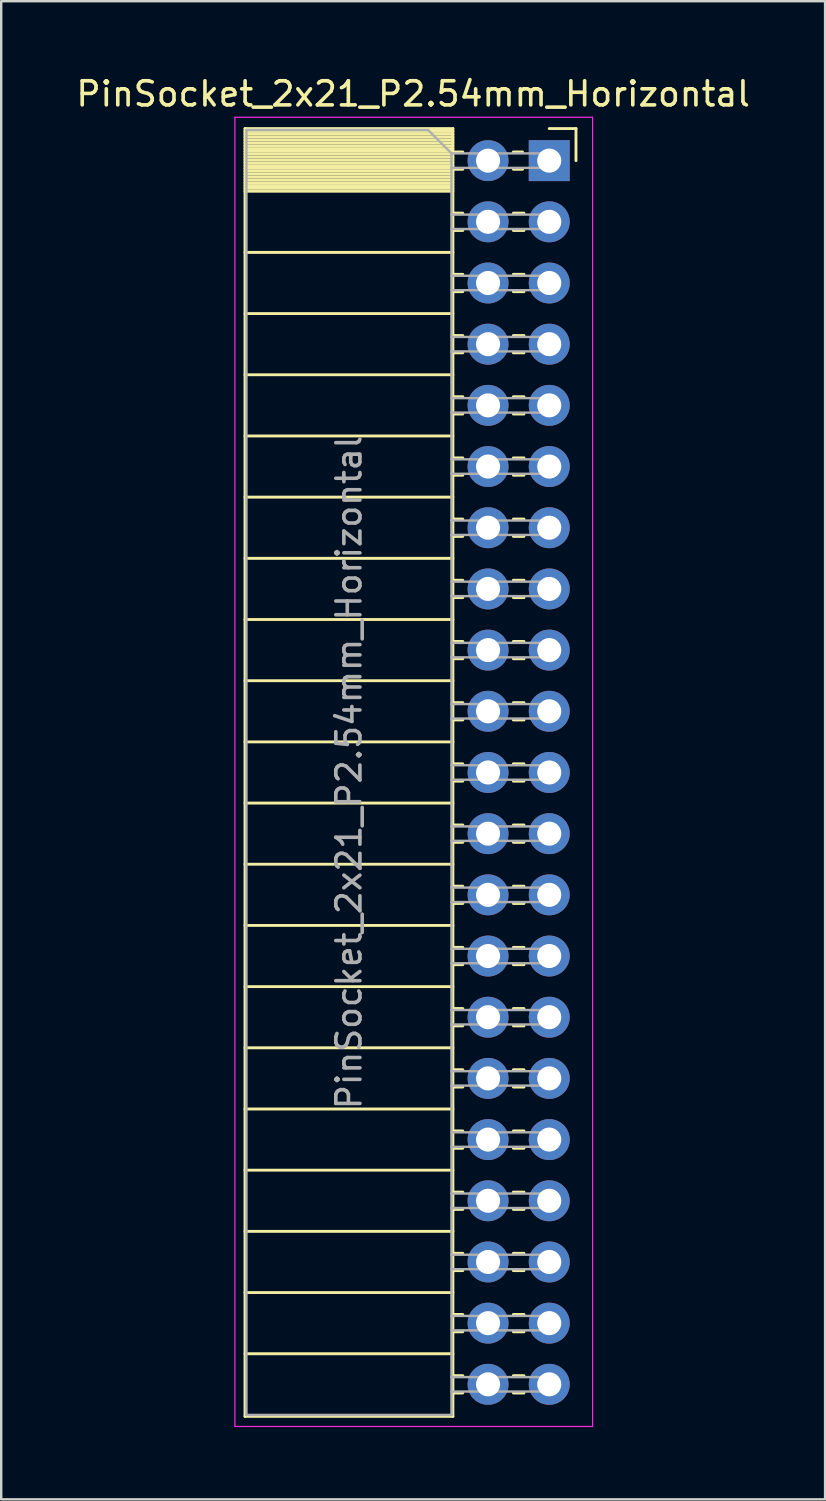
<source format=kicad_pcb>
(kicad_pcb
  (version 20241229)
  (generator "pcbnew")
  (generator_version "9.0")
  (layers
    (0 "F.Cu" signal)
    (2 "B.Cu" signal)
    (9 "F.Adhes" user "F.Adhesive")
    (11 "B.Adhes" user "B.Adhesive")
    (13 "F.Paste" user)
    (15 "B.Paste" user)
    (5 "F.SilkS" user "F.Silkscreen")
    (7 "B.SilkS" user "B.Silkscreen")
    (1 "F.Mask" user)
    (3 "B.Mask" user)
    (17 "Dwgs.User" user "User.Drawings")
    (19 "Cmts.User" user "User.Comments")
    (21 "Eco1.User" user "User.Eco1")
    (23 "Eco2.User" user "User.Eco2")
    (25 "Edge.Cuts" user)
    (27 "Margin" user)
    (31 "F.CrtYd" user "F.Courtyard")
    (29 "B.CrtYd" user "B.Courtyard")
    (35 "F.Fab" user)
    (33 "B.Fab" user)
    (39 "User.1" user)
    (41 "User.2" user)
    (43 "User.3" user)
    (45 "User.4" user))
  (footprint "PinSocket_2x21_P2.54mm_Horizontal"
    (layer "F.Cu")
    (at 19.751 3.618)
    (property "Reference" "PinSocket_2x21_P2.54mm_Horizontal" (at -5.65 -2.77 0) (layer "F.SilkS") (effects (font (size 1 1) (thickness 0.15))))
    (attr through_hole)
    (fp_line (start -12.63 -1.33) (end -12.63 52.13) (stroke (width 0.12) (type solid)) (layer "F.SilkS"))
    (fp_line (start -12.63 -1.33) (end -4 -1.33) (stroke (width 0.12) (type solid)) (layer "F.SilkS"))
    (fp_line (start -12.63 -1.21) (end -4 -1.21) (stroke (width 0.12) (type solid)) (layer "F.SilkS"))
    (fp_line (start -12.63 -1.092) (end -4 -1.092) (stroke (width 0.12) (type solid)) (layer "F.SilkS"))
    (fp_line (start -12.63 -0.974) (end -4 -0.974) (stroke (width 0.12) (type solid)) (layer "F.SilkS"))
    (fp_line (start -12.63 -0.856) (end -4 -0.856) (stroke (width 0.12) (type solid)) (layer "F.SilkS"))
    (fp_line (start -12.63 -0.738) (end -4 -0.738) (stroke (width 0.12) (type solid)) (layer "F.SilkS"))
    (fp_line (start -12.63 -0.62) (end -4 -0.62) (stroke (width 0.12) (type solid)) (layer "F.SilkS"))
    (fp_line (start -12.63 -0.501) (end -4 -0.501) (stroke (width 0.12) (type solid)) (layer "F.SilkS"))
    (fp_line (start -12.63 -0.383) (end -4 -0.383) (stroke (width 0.12) (type solid)) (layer "F.SilkS"))
    (fp_line (start -12.63 -0.265) (end -4 -0.265) (stroke (width 0.12) (type solid)) (layer "F.SilkS"))
    (fp_line (start -12.63 -0.147) (end -4 -0.147) (stroke (width 0.12) (type solid)) (layer "F.SilkS"))
    (fp_line (start -12.63 -0.029) (end -4 -0.029) (stroke (width 0.12) (type solid)) (layer "F.SilkS"))
    (fp_line (start -12.63 0.089) (end -4 0.089) (stroke (width 0.12) (type solid)) (layer "F.SilkS"))
    (fp_line (start -12.63 0.207) (end -4 0.207) (stroke (width 0.12) (type solid)) (layer "F.SilkS"))
    (fp_line (start -12.63 0.325) (end -4 0.325) (stroke (width 0.12) (type solid)) (layer "F.SilkS"))
    (fp_line (start -12.63 0.443) (end -4 0.443) (stroke (width 0.12) (type solid)) (layer "F.SilkS"))
    (fp_line (start -12.63 0.561) (end -4 0.561) (stroke (width 0.12) (type solid)) (layer "F.SilkS"))
    (fp_line (start -12.63 0.68) (end -4 0.68) (stroke (width 0.12) (type solid)) (layer "F.SilkS"))
    (fp_line (start -12.63 0.798) (end -4 0.798) (stroke (width 0.12) (type solid)) (layer "F.SilkS"))
    (fp_line (start -12.63 0.916) (end -4 0.916) (stroke (width 0.12) (type solid)) (layer "F.SilkS"))
    (fp_line (start -12.63 1.034) (end -4 1.034) (stroke (width 0.12) (type solid)) (layer "F.SilkS"))
    (fp_line (start -12.63 1.152) (end -4 1.152) (stroke (width 0.12) (type solid)) (layer "F.SilkS"))
    (fp_line (start -12.63 1.27) (end -4 1.27) (stroke (width 0.12) (type solid)) (layer "F.SilkS"))
    (fp_line (start -12.63 3.81) (end -4 3.81) (stroke (width 0.12) (type solid)) (layer "F.SilkS"))
    (fp_line (start -12.63 6.35) (end -4 6.35) (stroke (width 0.12) (type solid)) (layer "F.SilkS"))
    (fp_line (start -12.63 8.89) (end -4 8.89) (stroke (width 0.12) (type solid)) (layer "F.SilkS"))
    (fp_line (start -12.63 11.43) (end -4 11.43) (stroke (width 0.12) (type solid)) (layer "F.SilkS"))
    (fp_line (start -12.63 13.97) (end -4 13.97) (stroke (width 0.12) (type solid)) (layer "F.SilkS"))
    (fp_line (start -12.63 16.51) (end -4 16.51) (stroke (width 0.12) (type solid)) (layer "F.SilkS"))
    (fp_line (start -12.63 19.05) (end -4 19.05) (stroke (width 0.12) (type solid)) (layer "F.SilkS"))
    (fp_line (start -12.63 21.59) (end -4 21.59) (stroke (width 0.12) (type solid)) (layer "F.SilkS"))
    (fp_line (start -12.63 24.13) (end -4 24.13) (stroke (width 0.12) (type solid)) (layer "F.SilkS"))
    (fp_line (start -12.63 26.67) (end -4 26.67) (stroke (width 0.12) (type solid)) (layer "F.SilkS"))
    (fp_line (start -12.63 29.21) (end -4 29.21) (stroke (width 0.12) (type solid)) (layer "F.SilkS"))
    (fp_line (start -12.63 31.75) (end -4 31.75) (stroke (width 0.12) (type solid)) (layer "F.SilkS"))
    (fp_line (start -12.63 34.29) (end -4 34.29) (stroke (width 0.12) (type solid)) (layer "F.SilkS"))
    (fp_line (start -12.63 36.83) (end -4 36.83) (stroke (width 0.12) (type solid)) (layer "F.SilkS"))
    (fp_line (start -12.63 39.37) (end -4 39.37) (stroke (width 0.12) (type solid)) (layer "F.SilkS"))
    (fp_line (start -12.63 41.91) (end -4 41.91) (stroke (width 0.12) (type solid)) (layer "F.SilkS"))
    (fp_line (start -12.63 44.45) (end -4 44.45) (stroke (width 0.12) (type solid)) (layer "F.SilkS"))
    (fp_line (start -12.63 46.99) (end -4 46.99) (stroke (width 0.12) (type solid)) (layer "F.SilkS"))
    (fp_line (start -12.63 49.53) (end -4 49.53) (stroke (width 0.12) (type solid)) (layer "F.SilkS"))
    (fp_line (start -12.63 52.13) (end -4 52.13) (stroke (width 0.12) (type solid)) (layer "F.SilkS"))
    (fp_line (start -4 -1.33) (end -4 52.13) (stroke (width 0.12) (type solid)) (layer "F.SilkS"))
    (fp_line (start -4 -0.36) (end -3.59 -0.36) (stroke (width 0.12) (type solid)) (layer "F.SilkS"))
    (fp_line (start -4 0.36) (end -3.59 0.36) (stroke (width 0.12) (type solid)) (layer "F.SilkS"))
    (fp_line (start -4 2.18) (end -3.59 2.18) (stroke (width 0.12) (type solid)) (layer "F.SilkS"))
    (fp_line (start -4 2.9) (end -3.59 2.9) (stroke (width 0.12) (type solid)) (layer "F.SilkS"))
    (fp_line (start -4 4.72) (end -3.59 4.72) (stroke (width 0.12) (type solid)) (layer "F.SilkS"))
    (fp_line (start -4 5.44) (end -3.59 5.44) (stroke (width 0.12) (type solid)) (layer "F.SilkS"))
    (fp_line (start -4 7.26) (end -3.59 7.26) (stroke (width 0.12) (type solid)) (layer "F.SilkS"))
    (fp_line (start -4 7.98) (end -3.59 7.98) (stroke (width 0.12) (type solid)) (layer "F.SilkS"))
    (fp_line (start -4 9.8) (end -3.59 9.8) (stroke (width 0.12) (type solid)) (layer "F.SilkS"))
    (fp_line (start -4 10.52) (end -3.59 10.52) (stroke (width 0.12) (type solid)) (layer "F.SilkS"))
    (fp_line (start -4 12.34) (end -3.59 12.34) (stroke (width 0.12) (type solid)) (layer "F.SilkS"))
    (fp_line (start -4 13.06) (end -3.59 13.06) (stroke (width 0.12) (type solid)) (layer "F.SilkS"))
    (fp_line (start -4 14.88) (end -3.59 14.88) (stroke (width 0.12) (type solid)) (layer "F.SilkS"))
    (fp_line (start -4 15.6) (end -3.59 15.6) (stroke (width 0.12) (type solid)) (layer "F.SilkS"))
    (fp_line (start -4 17.42) (end -3.59 17.42) (stroke (width 0.12) (type solid)) (layer "F.SilkS"))
    (fp_line (start -4 18.14) (end -3.59 18.14) (stroke (width 0.12) (type solid)) (layer "F.SilkS"))
    (fp_line (start -4 19.96) (end -3.59 19.96) (stroke (width 0.12) (type solid)) (layer "F.SilkS"))
    (fp_line (start -4 20.68) (end -3.59 20.68) (stroke (width 0.12) (type solid)) (layer "F.SilkS"))
    (fp_line (start -4 22.5) (end -3.59 22.5) (stroke (width 0.12) (type solid)) (layer "F.SilkS"))
    (fp_line (start -4 23.22) (end -3.59 23.22) (stroke (width 0.12) (type solid)) (layer "F.SilkS"))
    (fp_line (start -4 25.04) (end -3.59 25.04) (stroke (width 0.12) (type solid)) (layer "F.SilkS"))
    (fp_line (start -4 25.76) (end -3.59 25.76) (stroke (width 0.12) (type solid)) (layer "F.SilkS"))
    (fp_line (start -4 27.58) (end -3.59 27.58) (stroke (width 0.12) (type solid)) (layer "F.SilkS"))
    (fp_line (start -4 28.3) (end -3.59 28.3) (stroke (width 0.12) (type solid)) (layer "F.SilkS"))
    (fp_line (start -4 30.12) (end -3.59 30.12) (stroke (width 0.12) (type solid)) (layer "F.SilkS"))
    (fp_line (start -4 30.84) (end -3.59 30.84) (stroke (width 0.12) (type solid)) (layer "F.SilkS"))
    (fp_line (start -4 32.66) (end -3.59 32.66) (stroke (width 0.12) (type solid)) (layer "F.SilkS"))
    (fp_line (start -4 33.38) (end -3.59 33.38) (stroke (width 0.12) (type solid)) (layer "F.SilkS"))
    (fp_line (start -4 35.2) (end -3.59 35.2) (stroke (width 0.12) (type solid)) (layer "F.SilkS"))
    (fp_line (start -4 35.92) (end -3.59 35.92) (stroke (width 0.12) (type solid)) (layer "F.SilkS"))
    (fp_line (start -4 37.74) (end -3.59 37.74) (stroke (width 0.12) (type solid)) (layer "F.SilkS"))
    (fp_line (start -4 38.46) (end -3.59 38.46) (stroke (width 0.12) (type solid)) (layer "F.SilkS"))
    (fp_line (start -4 40.28) (end -3.59 40.28) (stroke (width 0.12) (type solid)) (layer "F.SilkS"))
    (fp_line (start -4 41) (end -3.59 41) (stroke (width 0.12) (type solid)) (layer "F.SilkS"))
    (fp_line (start -4 42.82) (end -3.59 42.82) (stroke (width 0.12) (type solid)) (layer "F.SilkS"))
    (fp_line (start -4 43.54) (end -3.59 43.54) (stroke (width 0.12) (type solid)) (layer "F.SilkS"))
    (fp_line (start -4 45.36) (end -3.59 45.36) (stroke (width 0.12) (type solid)) (layer "F.SilkS"))
    (fp_line (start -4 46.08) (end -3.59 46.08) (stroke (width 0.12) (type solid)) (layer "F.SilkS"))
    (fp_line (start -4 47.9) (end -3.59 47.9) (stroke (width 0.12) (type solid)) (layer "F.SilkS"))
    (fp_line (start -4 48.62) (end -3.59 48.62) (stroke (width 0.12) (type solid)) (layer "F.SilkS"))
    (fp_line (start -4 50.44) (end -3.59 50.44) (stroke (width 0.12) (type solid)) (layer "F.SilkS"))
    (fp_line (start -4 51.16) (end -3.59 51.16) (stroke (width 0.12) (type solid)) (layer "F.SilkS"))
    (fp_line (start -1.49 -0.36) (end -1.11 -0.36) (stroke (width 0.12) (type solid)) (layer "F.SilkS"))
    (fp_line (start -1.49 0.36) (end -1.11 0.36) (stroke (width 0.12) (type solid)) (layer "F.SilkS"))
    (fp_line (start -1.49 2.18) (end -1.05 2.18) (stroke (width 0.12) (type solid)) (layer "F.SilkS"))
    (fp_line (start -1.49 2.9) (end -1.05 2.9) (stroke (width 0.12) (type solid)) (layer "F.SilkS"))
    (fp_line (start -1.49 4.72) (end -1.05 4.72) (stroke (width 0.12) (type solid)) (layer "F.SilkS"))
    (fp_line (start -1.49 5.44) (end -1.05 5.44) (stroke (width 0.12) (type solid)) (layer "F.SilkS"))
    (fp_line (start -1.49 7.26) (end -1.05 7.26) (stroke (width 0.12) (type solid)) (layer "F.SilkS"))
    (fp_line (start -1.49 7.98) (end -1.05 7.98) (stroke (width 0.12) (type solid)) (layer "F.SilkS"))
    (fp_line (start -1.49 9.8) (end -1.05 9.8) (stroke (width 0.12) (type solid)) (layer "F.SilkS"))
    (fp_line (start -1.49 10.52) (end -1.05 10.52) (stroke (width 0.12) (type solid)) (layer "F.SilkS"))
    (fp_line (start -1.49 12.34) (end -1.05 12.34) (stroke (width 0.12) (type solid)) (layer "F.SilkS"))
    (fp_line (start -1.49 13.06) (end -1.05 13.06) (stroke (width 0.12) (type solid)) (layer "F.SilkS"))
    (fp_line (start -1.49 14.88) (end -1.05 14.88) (stroke (width 0.12) (type solid)) (layer "F.SilkS"))
    (fp_line (start -1.49 15.6) (end -1.05 15.6) (stroke (width 0.12) (type solid)) (layer "F.SilkS"))
    (fp_line (start -1.49 17.42) (end -1.05 17.42) (stroke (width 0.12) (type solid)) (layer "F.SilkS"))
    (fp_line (start -1.49 18.14) (end -1.05 18.14) (stroke (width 0.12) (type solid)) (layer "F.SilkS"))
    (fp_line (start -1.49 19.96) (end -1.05 19.96) (stroke (width 0.12) (type solid)) (layer "F.SilkS"))
    (fp_line (start -1.49 20.68) (end -1.05 20.68) (stroke (width 0.12) (type solid)) (layer "F.SilkS"))
    (fp_line (start -1.49 22.5) (end -1.05 22.5) (stroke (width 0.12) (type solid)) (layer "F.SilkS"))
    (fp_line (start -1.49 23.22) (end -1.05 23.22) (stroke (width 0.12) (type solid)) (layer "F.SilkS"))
    (fp_line (start -1.49 25.04) (end -1.05 25.04) (stroke (width 0.12) (type solid)) (layer "F.SilkS"))
    (fp_line (start -1.49 25.76) (end -1.05 25.76) (stroke (width 0.12) (type solid)) (layer "F.SilkS"))
    (fp_line (start -1.49 27.58) (end -1.05 27.58) (stroke (width 0.12) (type solid)) (layer "F.SilkS"))
    (fp_line (start -1.49 28.3) (end -1.05 28.3) (stroke (width 0.12) (type solid)) (layer "F.SilkS"))
    (fp_line (start -1.49 30.12) (end -1.05 30.12) (stroke (width 0.12) (type solid)) (layer "F.SilkS"))
    (fp_line (start -1.49 30.84) (end -1.05 30.84) (stroke (width 0.12) (type solid)) (layer "F.SilkS"))
    (fp_line (start -1.49 32.66) (end -1.05 32.66) (stroke (width 0.12) (type solid)) (layer "F.SilkS"))
    (fp_line (start -1.49 33.38) (end -1.05 33.38) (stroke (width 0.12) (type solid)) (layer "F.SilkS"))
    (fp_line (start -1.49 35.2) (end -1.05 35.2) (stroke (width 0.12) (type solid)) (layer "F.SilkS"))
    (fp_line (start -1.49 35.92) (end -1.05 35.92) (stroke (width 0.12) (type solid)) (layer "F.SilkS"))
    (fp_line (start -1.49 37.74) (end -1.05 37.74) (stroke (width 0.12) (type solid)) (layer "F.SilkS"))
    (fp_line (start -1.49 38.46) (end -1.05 38.46) (stroke (width 0.12) (type solid)) (layer "F.SilkS"))
    (fp_line (start -1.49 40.28) (end -1.05 40.28) (stroke (width 0.12) (type solid)) (layer "F.SilkS"))
    (fp_line (start -1.49 41) (end -1.05 41) (stroke (width 0.12) (type solid)) (layer "F.SilkS"))
    (fp_line (start -1.49 42.82) (end -1.05 42.82) (stroke (width 0.12) (type solid)) (layer "F.SilkS"))
    (fp_line (start -1.49 43.54) (end -1.05 43.54) (stroke (width 0.12) (type solid)) (layer "F.SilkS"))
    (fp_line (start -1.49 45.36) (end -1.05 45.36) (stroke (width 0.12) (type solid)) (layer "F.SilkS"))
    (fp_line (start -1.49 46.08) (end -1.05 46.08) (stroke (width 0.12) (type solid)) (layer "F.SilkS"))
    (fp_line (start -1.49 47.9) (end -1.05 47.9) (stroke (width 0.12) (type solid)) (layer "F.SilkS"))
    (fp_line (start -1.49 48.62) (end -1.05 48.62) (stroke (width 0.12) (type solid)) (layer "F.SilkS"))
    (fp_line (start -1.49 50.44) (end -1.05 50.44) (stroke (width 0.12) (type solid)) (layer "F.SilkS"))
    (fp_line (start -1.49 51.16) (end -1.05 51.16) (stroke (width 0.12) (type solid)) (layer "F.SilkS"))
    (fp_line (start 0 -1.33) (end 1.11 -1.33) (stroke (width 0.12) (type solid)) (layer "F.SilkS"))
    (fp_line (start 1.11 -1.33) (end 1.11 0) (stroke (width 0.12) (type solid)) (layer "F.SilkS"))
    (fp_line (start -13.05 -1.8) (end -13.05 52.55) (stroke (width 0.05) (type solid)) (layer "F.CrtYd"))
    (fp_line (start -13.05 52.55) (end 1.8 52.55) (stroke (width 0.05) (type solid)) (layer "F.CrtYd"))
    (fp_line (start 1.8 -1.8) (end -13.05 -1.8) (stroke (width 0.05) (type solid)) (layer "F.CrtYd"))
    (fp_line (start 1.8 52.55) (end 1.8 -1.8) (stroke (width 0.05) (type solid)) (layer "F.CrtYd"))
    (fp_line (start -12.57 -1.27) (end -5.03 -1.27) (stroke (width 0.1) (type solid)) (layer "F.Fab"))
    (fp_line (start -12.57 52.07) (end -12.57 -1.27) (stroke (width 0.1) (type solid)) (layer "F.Fab"))
    (fp_line (start -5.03 -1.27) (end -4.06 -0.3) (stroke (width 0.1) (type solid)) (layer "F.Fab"))
    (fp_line (start -4.06 -0.3) (end -4.06 52.07) (stroke (width 0.1) (type solid)) (layer "F.Fab"))
    (fp_line (start -4.06 0.3) (end 0 0.3) (stroke (width 0.1) (type solid)) (layer "F.Fab"))
    (fp_line (start -4.06 2.84) (end 0 2.84) (stroke (width 0.1) (type solid)) (layer "F.Fab"))
    (fp_line (start -4.06 5.38) (end 0 5.38) (stroke (width 0.1) (type solid)) (layer "F.Fab"))
    (fp_line (start -4.06 7.92) (end 0 7.92) (stroke (width 0.1) (type solid)) (layer "F.Fab"))
    (fp_line (start -4.06 10.46) (end 0 10.46) (stroke (width 0.1) (type solid)) (layer "F.Fab"))
    (fp_line (start -4.06 13) (end 0 13) (stroke (width 0.1) (type solid)) (layer "F.Fab"))
    (fp_line (start -4.06 15.54) (end 0 15.54) (stroke (width 0.1) (type solid)) (layer "F.Fab"))
    (fp_line (start -4.06 18.08) (end 0 18.08) (stroke (width 0.1) (type solid)) (layer "F.Fab"))
    (fp_line (start -4.06 20.62) (end 0 20.62) (stroke (width 0.1) (type solid)) (layer "F.Fab"))
    (fp_line (start -4.06 23.16) (end 0 23.16) (stroke (width 0.1) (type solid)) (layer "F.Fab"))
    (fp_line (start -4.06 25.7) (end 0 25.7) (stroke (width 0.1) (type solid)) (layer "F.Fab"))
    (fp_line (start -4.06 28.24) (end 0 28.24) (stroke (width 0.1) (type solid)) (layer "F.Fab"))
    (fp_line (start -4.06 30.78) (end 0 30.78) (stroke (width 0.1) (type solid)) (layer "F.Fab"))
    (fp_line (start -4.06 33.32) (end 0 33.32) (stroke (width 0.1) (type solid)) (layer "F.Fab"))
    (fp_line (start -4.06 35.86) (end 0 35.86) (stroke (width 0.1) (type solid)) (layer "F.Fab"))
    (fp_line (start -4.06 38.4) (end 0 38.4) (stroke (width 0.1) (type solid)) (layer "F.Fab"))
    (fp_line (start -4.06 40.94) (end 0 40.94) (stroke (width 0.1) (type solid)) (layer "F.Fab"))
    (fp_line (start -4.06 43.48) (end 0 43.48) (stroke (width 0.1) (type solid)) (layer "F.Fab"))
    (fp_line (start -4.06 46.02) (end 0 46.02) (stroke (width 0.1) (type solid)) (layer "F.Fab"))
    (fp_line (start -4.06 48.56) (end 0 48.56) (stroke (width 0.1) (type solid)) (layer "F.Fab"))
    (fp_line (start -4.06 51.1) (end 0 51.1) (stroke (width 0.1) (type solid)) (layer "F.Fab"))
    (fp_line (start -4.06 52.07) (end -12.57 52.07) (stroke (width 0.1) (type solid)) (layer "F.Fab"))
    (fp_line (start 0 -0.3) (end -4.06 -0.3) (stroke (width 0.1) (type solid)) (layer "F.Fab"))
    (fp_line (start 0 0.3) (end 0 -0.3) (stroke (width 0.1) (type solid)) (layer "F.Fab"))
    (fp_line (start 0 2.24) (end -4.06 2.24) (stroke (width 0.1) (type solid)) (layer "F.Fab"))
    (fp_line (start 0 2.84) (end 0 2.24) (stroke (width 0.1) (type solid)) (layer "F.Fab"))
    (fp_line (start 0 4.78) (end -4.06 4.78) (stroke (width 0.1) (type solid)) (layer "F.Fab"))
    (fp_line (start 0 5.38) (end 0 4.78) (stroke (width 0.1) (type solid)) (layer "F.Fab"))
    (fp_line (start 0 7.32) (end -4.06 7.32) (stroke (width 0.1) (type solid)) (layer "F.Fab"))
    (fp_line (start 0 7.92) (end 0 7.32) (stroke (width 0.1) (type solid)) (layer "F.Fab"))
    (fp_line (start 0 9.86) (end -4.06 9.86) (stroke (width 0.1) (type solid)) (layer "F.Fab"))
    (fp_line (start 0 10.46) (end 0 9.86) (stroke (width 0.1) (type solid)) (layer "F.Fab"))
    (fp_line (start 0 12.4) (end -4.06 12.4) (stroke (width 0.1) (type solid)) (layer "F.Fab"))
    (fp_line (start 0 13) (end 0 12.4) (stroke (width 0.1) (type solid)) (layer "F.Fab"))
    (fp_line (start 0 14.94) (end -4.06 14.94) (stroke (width 0.1) (type solid)) (layer "F.Fab"))
    (fp_line (start 0 15.54) (end 0 14.94) (stroke (width 0.1) (type solid)) (layer "F.Fab"))
    (fp_line (start 0 17.48) (end -4.06 17.48) (stroke (width 0.1) (type solid)) (layer "F.Fab"))
    (fp_line (start 0 18.08) (end 0 17.48) (stroke (width 0.1) (type solid)) (layer "F.Fab"))
    (fp_line (start 0 20.02) (end -4.06 20.02) (stroke (width 0.1) (type solid)) (layer "F.Fab"))
    (fp_line (start 0 20.62) (end 0 20.02) (stroke (width 0.1) (type solid)) (layer "F.Fab"))
    (fp_line (start 0 22.56) (end -4.06 22.56) (stroke (width 0.1) (type solid)) (layer "F.Fab"))
    (fp_line (start 0 23.16) (end 0 22.56) (stroke (width 0.1) (type solid)) (layer "F.Fab"))
    (fp_line (start 0 25.1) (end -4.06 25.1) (stroke (width 0.1) (type solid)) (layer "F.Fab"))
    (fp_line (start 0 25.7) (end 0 25.1) (stroke (width 0.1) (type solid)) (layer "F.Fab"))
    (fp_line (start 0 27.64) (end -4.06 27.64) (stroke (width 0.1) (type solid)) (layer "F.Fab"))
    (fp_line (start 0 28.24) (end 0 27.64) (stroke (width 0.1) (type solid)) (layer "F.Fab"))
    (fp_line (start 0 30.18) (end -4.06 30.18) (stroke (width 0.1) (type solid)) (layer "F.Fab"))
    (fp_line (start 0 30.78) (end 0 30.18) (stroke (width 0.1) (type solid)) (layer "F.Fab"))
    (fp_line (start 0 32.72) (end -4.06 32.72) (stroke (width 0.1) (type solid)) (layer "F.Fab"))
    (fp_line (start 0 33.32) (end 0 32.72) (stroke (width 0.1) (type solid)) (layer "F.Fab"))
    (fp_line (start 0 35.26) (end -4.06 35.26) (stroke (width 0.1) (type solid)) (layer "F.Fab"))
    (fp_line (start 0 35.86) (end 0 35.26) (stroke (width 0.1) (type solid)) (layer "F.Fab"))
    (fp_line (start 0 37.8) (end -4.06 37.8) (stroke (width 0.1) (type solid)) (layer "F.Fab"))
    (fp_line (start 0 38.4) (end 0 37.8) (stroke (width 0.1) (type solid)) (layer "F.Fab"))
    (fp_line (start 0 40.34) (end -4.06 40.34) (stroke (width 0.1) (type solid)) (layer "F.Fab"))
    (fp_line (start 0 40.94) (end 0 40.34) (stroke (width 0.1) (type solid)) (layer "F.Fab"))
    (fp_line (start 0 42.88) (end -4.06 42.88) (stroke (width 0.1) (type solid)) (layer "F.Fab"))
    (fp_line (start 0 43.48) (end 0 42.88) (stroke (width 0.1) (type solid)) (layer "F.Fab"))
    (fp_line (start 0 45.42) (end -4.06 45.42) (stroke (width 0.1) (type solid)) (layer "F.Fab"))
    (fp_line (start 0 46.02) (end 0 45.42) (stroke (width 0.1) (type solid)) (layer "F.Fab"))
    (fp_line (start 0 47.96) (end -4.06 47.96) (stroke (width 0.1) (type solid)) (layer "F.Fab"))
    (fp_line (start 0 48.56) (end 0 47.96) (stroke (width 0.1) (type solid)) (layer "F.Fab"))
    (fp_line (start 0 50.5) (end -4.06 50.5) (stroke (width 0.1) (type solid)) (layer "F.Fab"))
    (fp_line (start 0 51.1) (end 0 50.5) (stroke (width 0.1) (type solid)) (layer "F.Fab"))
    (fp_text user "${REFERENCE}" (at -8.315 25.4 90) (layer "F.Fab") (effects (font (size 1 1) (thickness 0.15))))
    (pad "1" thru_hole rect (at 0 0) (size 1.7 1.7) (drill 1) (layers "*.Cu" "*.Mask"))
    (pad "2" thru_hole circle (at -2.54 0) (size 1.7 1.7) (drill 1) (layers "*.Cu" "*.Mask"))
    (pad "3" thru_hole circle (at 0 2.54) (size 1.7 1.7) (drill 1) (layers "*.Cu" "*.Mask"))
    (pad "4" thru_hole circle (at -2.54 2.54) (size 1.7 1.7) (drill 1) (layers "*.Cu" "*.Mask"))
    (pad "5" thru_hole circle (at 0 5.08) (size 1.7 1.7) (drill 1) (layers "*.Cu" "*.Mask"))
    (pad "6" thru_hole circle (at -2.54 5.08) (size 1.7 1.7) (drill 1) (layers "*.Cu" "*.Mask"))
    (pad "7" thru_hole circle (at 0 7.62) (size 1.7 1.7) (drill 1) (layers "*.Cu" "*.Mask"))
    (pad "8" thru_hole circle (at -2.54 7.62) (size 1.7 1.7) (drill 1) (layers "*.Cu" "*.Mask"))
    (pad "9" thru_hole circle (at 0 10.16) (size 1.7 1.7) (drill 1) (layers "*.Cu" "*.Mask"))
    (pad "10" thru_hole circle (at -2.54 10.16) (size 1.7 1.7) (drill 1) (layers "*.Cu" "*.Mask"))
    (pad "11" thru_hole circle (at 0 12.7) (size 1.7 1.7) (drill 1) (layers "*.Cu" "*.Mask"))
    (pad "12" thru_hole circle (at -2.54 12.7) (size 1.7 1.7) (drill 1) (layers "*.Cu" "*.Mask"))
    (pad "13" thru_hole circle (at 0 15.24) (size 1.7 1.7) (drill 1) (layers "*.Cu" "*.Mask"))
    (pad "14" thru_hole circle (at -2.54 15.24) (size 1.7 1.7) (drill 1) (layers "*.Cu" "*.Mask"))
    (pad "15" thru_hole circle (at 0 17.78) (size 1.7 1.7) (drill 1) (layers "*.Cu" "*.Mask"))
    (pad "16" thru_hole circle (at -2.54 17.78) (size 1.7 1.7) (drill 1) (layers "*.Cu" "*.Mask"))
    (pad "17" thru_hole circle (at 0 20.32) (size 1.7 1.7) (drill 1) (layers "*.Cu" "*.Mask"))
    (pad "18" thru_hole circle (at -2.54 20.32) (size 1.7 1.7) (drill 1) (layers "*.Cu" "*.Mask"))
    (pad "19" thru_hole circle (at 0 22.86) (size 1.7 1.7) (drill 1) (layers "*.Cu" "*.Mask"))
    (pad "20" thru_hole circle (at -2.54 22.86) (size 1.7 1.7) (drill 1) (layers "*.Cu" "*.Mask"))
    (pad "21" thru_hole circle (at 0 25.4) (size 1.7 1.7) (drill 1) (layers "*.Cu" "*.Mask"))
    (pad "22" thru_hole circle (at -2.54 25.4) (size 1.7 1.7) (drill 1) (layers "*.Cu" "*.Mask"))
    (pad "23" thru_hole circle (at 0 27.94) (size 1.7 1.7) (drill 1) (layers "*.Cu" "*.Mask"))
    (pad "24" thru_hole circle (at -2.54 27.94) (size 1.7 1.7) (drill 1) (layers "*.Cu" "*.Mask"))
    (pad "25" thru_hole circle (at 0 30.48) (size 1.7 1.7) (drill 1) (layers "*.Cu" "*.Mask"))
    (pad "26" thru_hole circle (at -2.54 30.48) (size 1.7 1.7) (drill 1) (layers "*.Cu" "*.Mask"))
    (pad "27" thru_hole circle (at 0 33.02) (size 1.7 1.7) (drill 1) (layers "*.Cu" "*.Mask"))
    (pad "28" thru_hole circle (at -2.54 33.02) (size 1.7 1.7) (drill 1) (layers "*.Cu" "*.Mask"))
    (pad "29" thru_hole circle (at 0 35.56) (size 1.7 1.7) (drill 1) (layers "*.Cu" "*.Mask"))
    (pad "30" thru_hole circle (at -2.54 35.56) (size 1.7 1.7) (drill 1) (layers "*.Cu" "*.Mask"))
    (pad "31" thru_hole circle (at 0 38.1) (size 1.7 1.7) (drill 1) (layers "*.Cu" "*.Mask"))
    (pad "32" thru_hole circle (at -2.54 38.1) (size 1.7 1.7) (drill 1) (layers "*.Cu" "*.Mask"))
    (pad "33" thru_hole circle (at 0 40.64) (size 1.7 1.7) (drill 1) (layers "*.Cu" "*.Mask"))
    (pad "34" thru_hole circle (at -2.54 40.64) (size 1.7 1.7) (drill 1) (layers "*.Cu" "*.Mask"))
    (pad "35" thru_hole circle (at 0 43.18) (size 1.7 1.7) (drill 1) (layers "*.Cu" "*.Mask"))
    (pad "36" thru_hole circle (at -2.54 43.18) (size 1.7 1.7) (drill 1) (layers "*.Cu" "*.Mask"))
    (pad "37" thru_hole circle (at 0 45.72) (size 1.7 1.7) (drill 1) (layers "*.Cu" "*.Mask"))
    (pad "38" thru_hole circle (at -2.54 45.72) (size 1.7 1.7) (drill 1) (layers "*.Cu" "*.Mask"))
    (pad "39" thru_hole circle (at 0 48.26) (size 1.7 1.7) (drill 1) (layers "*.Cu" "*.Mask"))
    (pad "40" thru_hole circle (at -2.54 48.26) (size 1.7 1.7) (drill 1) (layers "*.Cu" "*.Mask"))
    (pad "41" thru_hole circle (at 0 50.8) (size 1.7 1.7) (drill 1) (layers "*.Cu" "*.Mask"))
    (pad "42" thru_hole circle (at -2.54 50.8) (size 1.7 1.7) (drill 1) (layers "*.Cu" "*.Mask")))
  (gr_rect
    (start -3 -3)
    (end 31.202 59.193)
    (stroke (width 0.1) (type default))
    (fill no)
    (layer "Edge.Cuts")))
</source>
